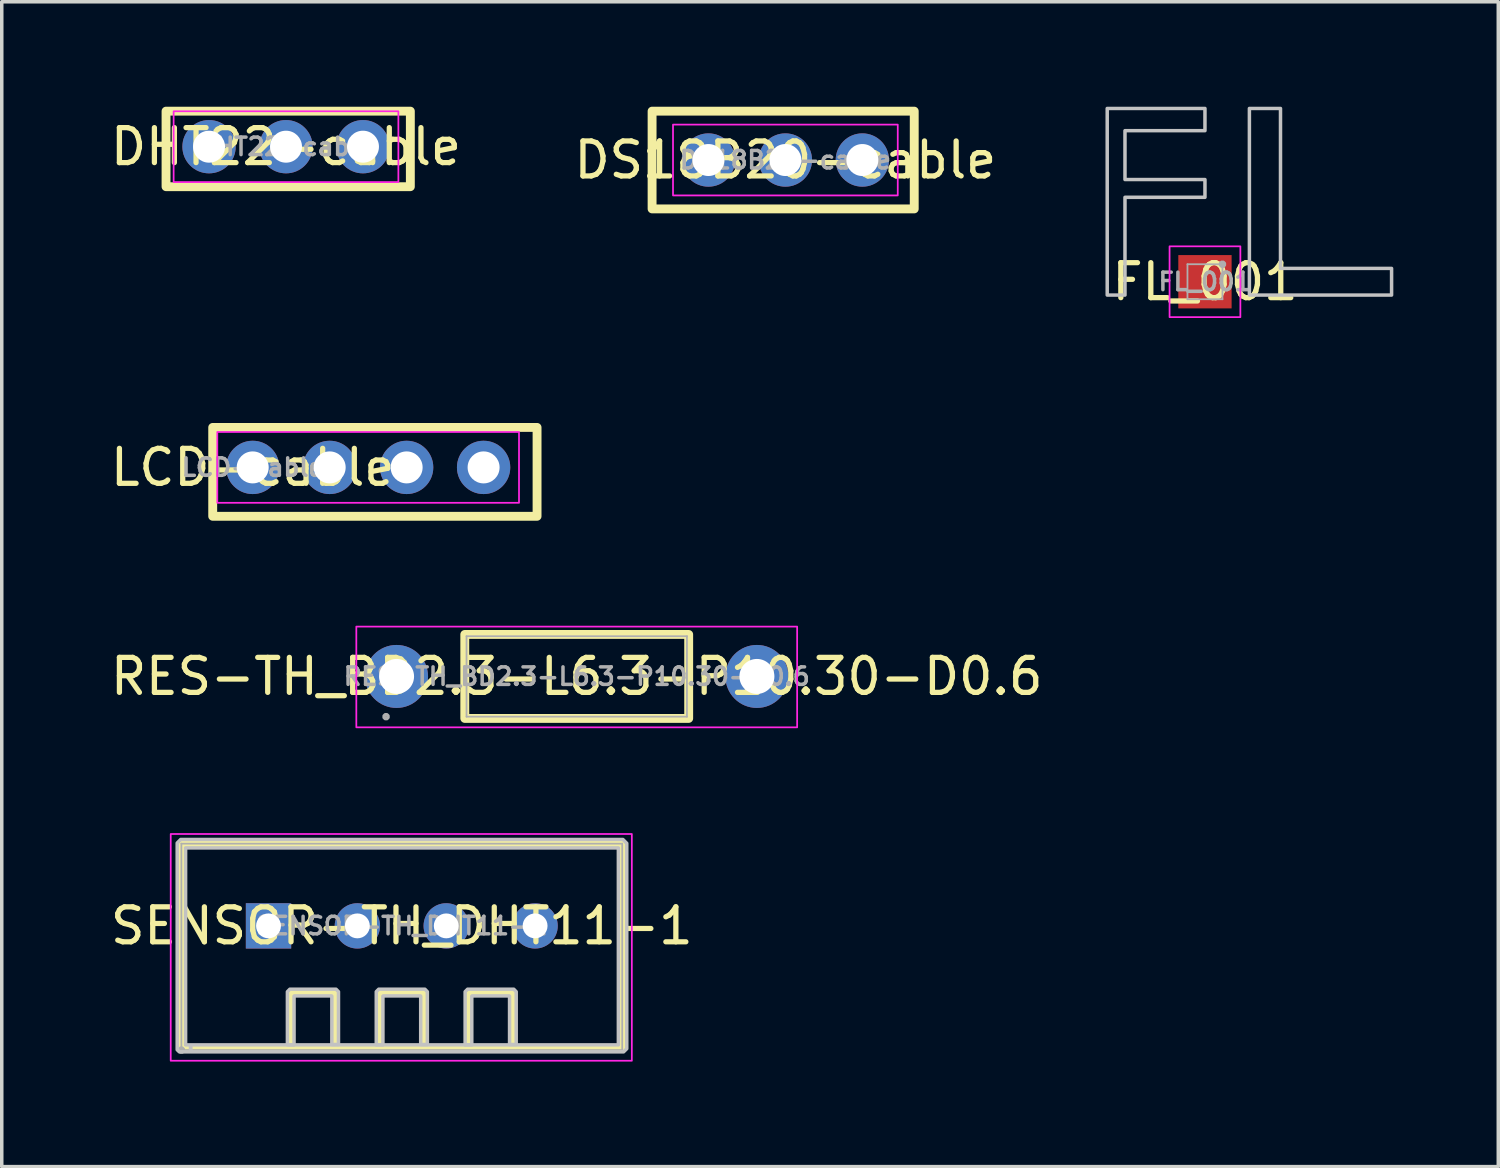
<source format=kicad_pcb>
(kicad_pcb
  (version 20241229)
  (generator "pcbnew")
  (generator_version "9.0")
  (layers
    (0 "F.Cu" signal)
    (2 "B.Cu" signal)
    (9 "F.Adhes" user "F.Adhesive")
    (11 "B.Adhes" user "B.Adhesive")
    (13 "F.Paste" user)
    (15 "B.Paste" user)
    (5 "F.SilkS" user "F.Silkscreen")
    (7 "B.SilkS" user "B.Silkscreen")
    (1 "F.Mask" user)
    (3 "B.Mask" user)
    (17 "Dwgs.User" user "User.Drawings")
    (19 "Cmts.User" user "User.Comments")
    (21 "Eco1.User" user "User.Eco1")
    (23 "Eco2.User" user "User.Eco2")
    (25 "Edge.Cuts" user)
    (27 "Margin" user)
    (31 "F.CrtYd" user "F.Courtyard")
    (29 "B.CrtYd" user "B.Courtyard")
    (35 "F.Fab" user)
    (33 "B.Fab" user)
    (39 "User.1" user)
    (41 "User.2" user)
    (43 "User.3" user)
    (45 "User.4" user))
  (footprint "LCD-cable"
    (layer "F.Cu")
    (at 4.173 10.31)
    (property "Reference" "LCD-cable" (at 0 0 0) (layer "F.SilkS") (effects (font (size 1 1) (thickness 0.15))))
    (fp_rect (start -1.143 -1.143) (end 8.128 1.397) (stroke (width 0.254) (type default)) (fill no) (layer "F.SilkS"))
    (fp_rect (start -1.012 -1.012) (end 7.612 1.012) (stroke (width 0.05) (type default)) (fill no) (layer "F.CrtYd"))
    (fp_text user "${REFERENCE}" (at 0 0 0) (layer "F.Fab") (effects (font (size 0.5 0.5) (thickness 0.1))))
    (pad "1" thru_hole circle (at 0 0) (size 1.524 1.524) (drill 0.914) (layers "*.Cu" "*.Mask"))
    (pad "2" thru_hole circle (at 2.2 0) (size 1.524 1.524) (drill 0.914) (layers "*.Cu" "*.Mask"))
    (pad "3" thru_hole circle (at 4.4 0) (size 1.524 1.524) (drill 0.914) (layers "*.Cu" "*.Mask"))
    (pad "4" thru_hole circle (at 6.6 0) (size 1.524 1.524) (drill 0.914) (layers "*.Cu" "*.Mask")))
  (footprint "FL_001"
    (layer "F.Cu")
    (at 31.392 5.003)
    (property "Reference" "FL_001" (at 0 0 0) (layer "F.SilkS") (effects (font (size 1 1) (thickness 0.15))))
    (fp_poly (pts (xy 1.27 -4.953) (xy 1.27 0.381) (xy 5.334 0.381) (xy 5.334 -0.381) (xy 2.159 -0.381) (xy 2.159 -4.953)) (stroke (width 0.1) (type default)) (fill no) (layer "Dwgs.User"))
    (fp_poly (pts (xy -2.794 -4.953) (xy 0 -4.953) (xy 0 -4.318) (xy -2.286 -4.318) (xy -2.286 -2.921) (xy 0 -2.921) (xy 0 -2.413) (xy -2.286 -2.413) (xy -2.286 0.381) (xy -2.794 0.381)) (stroke (width 0.1) (type default)) (fill no) (layer "Dwgs.User"))
    (fp_rect (start -1.012 -1.012) (end 1.012 1.012) (stroke (width 0.05) (type default)) (fill no) (layer "F.CrtYd"))
    (fp_line (start -0.5 -0.5) (end 0.5 -0.5) (stroke (width 0.051) (type default)) (layer "F.Fab"))
    (fp_line (start -0.5 0.5) (end -0.5 -0.5) (stroke (width 0.051) (type default)) (layer "F.Fab"))
    (fp_line (start 0.5 -0.5) (end 0.5 0.5) (stroke (width 0.051) (type default)) (layer "F.Fab"))
    (fp_line (start 0.5 0.5) (end -0.5 0.5) (stroke (width 0.051) (type default)) (layer "F.Fab"))
    (fp_poly (pts (xy 0.555 -0.523) (xy 0.523 -0.555) (xy 0.477 -0.555) (xy 0.445 -0.523) (xy 0.445 -0.477) (xy 0.477 -0.445) (xy 0.523 -0.445) (xy 0.555 -0.477)) (stroke (width 0.1) (type default)) (fill no) (layer "F.Fab"))
    (fp_poly (pts (xy -0.5 -0.5) (xy 0.5 -0.5) (xy 0.5 0.5) (xy -0.5 0.5)) (stroke (width 0.1) (type default)) (fill no) (layer "User.1"))
    (fp_text user "${REFERENCE}" (at 0 0 0) (layer "F.Fab") (effects (font (size 0.5 0.5) (thickness 0.1))))
    (pad "1" smd rect (at 0 0) (size 1.524 1.524) (layers "F.Cu" "F.Mask" "F.Paste")))
  (footprint "DHT22-cable"
    (layer "F.Cu")
    (at 5.125 1.143)
    (property "Reference" "DHT22-cable" (at 0 0 0) (layer "F.SilkS") (effects (font (size 1 1) (thickness 0.15))))
    (fp_rect (start -3.429 -1.016) (end 3.554 1.143) (stroke (width 0.254) (type default)) (fill no) (layer "F.SilkS"))
    (fp_rect (start -3.212 -1.012) (end 3.212 1.012) (stroke (width 0.05) (type default)) (fill no) (layer "F.CrtYd"))
    (fp_text user "${REFERENCE}" (at 0 0 0) (layer "F.Fab") (effects (font (size 0.5 0.5) (thickness 0.1))))
    (pad "1" thru_hole circle (at -2.2 0) (size 1.524 1.524) (drill 0.914) (layers "*.Cu" "*.Mask"))
    (pad "2" thru_hole circle (at 0 0) (size 1.524 1.524) (drill 0.914) (layers "*.Cu" "*.Mask"))
    (pad "3" thru_hole circle (at 2.2 0) (size 1.524 1.524) (drill 0.914) (layers "*.Cu" "*.Mask")))
  (footprint "DS18B20-cable"
    (layer "F.Cu")
    (at 19.399 1.524)
    (property "Reference" "DS18B20-cable" (at 0 0 0) (layer "F.SilkS") (effects (font (size 1 1) (thickness 0.15))))
    (fp_rect (start -3.81 -1.397) (end 3.683 1.397) (stroke (width 0.254) (type default)) (fill no) (layer "F.SilkS"))
    (fp_rect (start -3.212 -1.012) (end 3.212 1.012) (stroke (width 0.05) (type default)) (fill no) (layer "F.CrtYd"))
    (fp_text user "${REFERENCE}" (at 0 0 0) (layer "F.Fab") (effects (font (size 0.5 0.5) (thickness 0.1))))
    (pad "1" thru_hole circle (at -2.2 0) (size 1.524 1.524) (drill 0.914) (layers "*.Cu" "*.Mask"))
    (pad "2" thru_hole circle (at 0 0) (size 1.524 1.524) (drill 0.914) (layers "*.Cu" "*.Mask"))
    (pad "3" thru_hole circle (at 2.2 0) (size 1.524 1.524) (drill 0.914) (layers "*.Cu" "*.Mask")))
  (footprint "SENSOR-TH_DHT11-1"
    (layer "F.Cu")
    (at 8.435 23.415)
    (property "Reference" "SENSOR-TH_DHT11-1" (at 0 0 0) (layer "F.SilkS") (effects (font (size 1 1) (thickness 0.15))))
    (fp_line (start -6.309 3.5) (end 3.81 3.5) (stroke (width 0.203) (type default)) (layer "F.SilkS"))
    (fp_line (start -6.3 -2.349) (end -6.3 3.5) (stroke (width 0.254) (type default)) (layer "F.SilkS"))
    (fp_line (start -3.175 1.905) (end -3.175 3.5) (stroke (width 0.203) (type default)) (layer "F.SilkS"))
    (fp_line (start -1.905 1.905) (end -3.175 1.905) (stroke (width 0.203) (type default)) (layer "F.SilkS"))
    (fp_line (start -1.905 3.5) (end -1.905 1.905) (stroke (width 0.203) (type default)) (layer "F.SilkS"))
    (fp_line (start -0.635 1.905) (end -0.635 3.5) (stroke (width 0.203) (type default)) (layer "F.SilkS"))
    (fp_line (start 0.635 1.905) (end -0.635 1.905) (stroke (width 0.203) (type default)) (layer "F.SilkS"))
    (fp_line (start 0.635 3.5) (end 0.635 1.905) (stroke (width 0.203) (type default)) (layer "F.SilkS"))
    (fp_line (start 1.905 1.905) (end 1.905 3.5) (stroke (width 0.203) (type default)) (layer "F.SilkS"))
    (fp_line (start 3.175 1.905) (end 1.905 1.905) (stroke (width 0.203) (type default)) (layer "F.SilkS"))
    (fp_line (start 3.175 3.5) (end 3.175 1.905) (stroke (width 0.203) (type default)) (layer "F.SilkS"))
    (fp_line (start 3.81 3.5) (end 6.309 3.5) (stroke (width 0.203) (type default)) (layer "F.SilkS"))
    (fp_line (start 6.3 -2.349) (end -6.3 -2.349) (stroke (width 0.254) (type default)) (layer "F.SilkS"))
    (fp_line (start 6.309 -2.341) (end 6.3 -2.349) (stroke (width 0.254) (type default)) (layer "F.SilkS"))
    (fp_line (start 6.309 3.5) (end 6.309 -2.341) (stroke (width 0.254) (type default)) (layer "F.SilkS"))
    (fp_poly (pts (xy -3.08 3.401) (xy -3.27 3.401) (xy -3.27 1.881) (xy -3.2 1.81) (xy -1.88 1.81) (xy -1.81 1.881) (xy -1.81 3.39) (xy -2 3.39) (xy -2 2.01) (xy -2.01 2.001) (xy -3.07 2.001) (xy -3.08 2.01)) (stroke (width 0.1) (type default)) (fill no) (layer "Dwgs.User"))
    (fp_poly (pts (xy -0.54 3.401) (xy -0.73 3.401) (xy -0.73 1.881) (xy -0.66 1.81) (xy 0.66 1.81) (xy 0.73 1.881) (xy 0.73 3.39) (xy 0.54 3.39) (xy 0.54 2.01) (xy 0.53 2.001) (xy -0.53 2.001) (xy -0.54 2.01)) (stroke (width 0.1) (type default)) (fill no) (layer "Dwgs.User"))
    (fp_poly (pts (xy 2 3.401) (xy 1.81 3.401) (xy 1.81 1.881) (xy 1.88 1.81) (xy 3.2 1.81) (xy 3.27 1.881) (xy 3.27 3.39) (xy 3.08 3.39) (xy 3.08 2.01) (xy 3.07 2.001) (xy 2.01 2.001) (xy 2 2.01)) (stroke (width 0.1) (type default)) (fill no) (layer "Dwgs.User"))
    (fp_poly (pts (xy -6.18 3.401) (xy -6.18 -2.229) (xy 6.19 -2.229) (xy 6.19 3.401) (xy -6.03 3.401) (xy -6.03 3.6) (xy 6.34 3.6) (xy 6.43 3.51) (xy 6.43 -2.36) (xy 6.32 -2.47) (xy -6.32 -2.47) (xy -6.42 -2.369) (xy -6.42 3.541) (xy -6.36 3.6) (xy -6.04 3.6) (xy -6.04 3.401)) (stroke (width 0.1) (type default)) (fill no) (layer "Dwgs.User"))
    (fp_rect (start -6.605 -2.626) (end 6.575 3.855) (stroke (width 0.05) (type default)) (fill no) (layer "F.CrtYd"))
    (fp_line (start -6.3 -2.35) (end 6.3 -2.35) (stroke (width 0.051) (type default)) (layer "F.Fab"))
    (fp_line (start -6.3 3.55) (end -6.3 -2.35) (stroke (width 0.051) (type default)) (layer "F.Fab"))
    (fp_line (start 6.3 -2.35) (end 6.3 3.55) (stroke (width 0.051) (type default)) (layer "F.Fab"))
    (fp_line (start 6.3 3.55) (end -6.3 3.55) (stroke (width 0.051) (type default)) (layer "F.Fab"))
    (fp_poly (pts (xy -6.245 3.527) (xy -6.277 3.495) (xy -6.323 3.495) (xy -6.355 3.527) (xy -6.355 3.573) (xy -6.323 3.605) (xy -6.277 3.605) (xy -6.245 3.573)) (stroke (width 0.1) (type default)) (fill no) (layer "F.Fab"))
    (fp_poly (pts (xy -3.56 0.15) (xy -4.06 0.15) (xy -4.06 -0.15) (xy -3.56 -0.15)) (stroke (width 0.1) (type default)) (fill no) (layer "User.1"))
    (fp_poly (pts (xy -1.02 0.15) (xy -1.52 0.15) (xy -1.52 -0.15) (xy -1.02 -0.15)) (stroke (width 0.1) (type default)) (fill no) (layer "User.1"))
    (fp_poly (pts (xy 1.52 0.15) (xy 1.02 0.15) (xy 1.02 -0.15) (xy 1.52 -0.15)) (stroke (width 0.1) (type default)) (fill no) (layer "User.1"))
    (fp_poly (pts (xy 4.06 0.15) (xy 3.56 0.15) (xy 3.56 -0.15) (xy 4.06 -0.15)) (stroke (width 0.1) (type default)) (fill no) (layer "User.1"))
    (fp_text user "${REFERENCE}" (at 0 0 0) (layer "F.Fab") (effects (font (size 0.5 0.5) (thickness 0.1))))
    (pad "1" thru_hole rect (at -3.81 0 180) (size 1.296 1.296) (drill 0.711) (layers "*.Cu" "*.Mask"))
    (pad "2" thru_hole circle (at -1.27 0 180) (size 1.296 1.296) (drill 0.711) (layers "*.Cu" "*.Mask"))
    (pad "3" thru_hole circle (at 1.27 0 180) (size 1.296 1.296) (drill 0.711) (layers "*.Cu" "*.Mask"))
    (pad "4" thru_hole circle (at 3.81 0 180) (size 1.296 1.296) (drill 0.711) (layers "*.Cu" "*.Mask")))
  (footprint "RES-TH_BD2.3-L6.3-P10.30-D0.6"
    (layer "F.Cu")
    (at 13.435 16.285)
    (property "Reference" "RES-TH_BD2.3-L6.3-P10.30-D0.6" (at 0 0 0) (layer "F.SilkS") (effects (font (size 1 1) (thickness 0.15))))
    (fp_rect (start -3.2 -1.2) (end 3.2 1.2) (stroke (width 0.254) (type default)) (fill no) (layer "F.SilkS"))
    (fp_rect (start -6.3 -1.425) (end 6.3 1.455) (stroke (width 0.05) (type default)) (fill no) (layer "F.CrtYd"))
    (fp_line (start -3.15 -1.15) (end 3.15 -1.15) (stroke (width 0.051) (type default)) (layer "F.Fab"))
    (fp_line (start -3.15 1.15) (end -3.15 -1.15) (stroke (width 0.051) (type default)) (layer "F.Fab"))
    (fp_line (start 3.15 -1.15) (end 3.15 1.15) (stroke (width 0.051) (type default)) (layer "F.Fab"))
    (fp_line (start 3.15 1.15) (end -3.15 1.15) (stroke (width 0.051) (type default)) (layer "F.Fab"))
    (fp_poly (pts (xy -5.395 1.127) (xy -5.427 1.095) (xy -5.473 1.095) (xy -5.505 1.127) (xy -5.505 1.173) (xy -5.473 1.205) (xy -5.427 1.205) (xy -5.395 1.173)) (stroke (width 0.1) (type default)) (fill no) (layer "F.Fab"))
    (fp_poly (pts (xy -5.45 -0.3) (xy -5.45 0.3) (xy -3.14 0.3) (xy -3.14 -0.3)) (stroke (width 0.1) (type default)) (fill no) (layer "User.1"))
    (fp_poly (pts (xy 5.45 -0.3) (xy 5.45 0.3) (xy 3.14 0.3) (xy 3.14 -0.3)) (stroke (width 0.1) (type default)) (fill no) (layer "User.1"))
    (fp_poly (pts (xy -4.853 -0.039) (xy -4.873 -0.115) (xy -4.912 -0.183) (xy -4.967 -0.238) (xy -5.035 -0.277) (xy -5.111 -0.297) (xy -5.189 -0.297) (xy -5.265 -0.277) (xy -5.333 -0.238) (xy -5.388 -0.183) (xy -5.427 -0.115) (xy -5.447 -0.039) (xy -5.447 0.039) (xy -5.427 0.115) (xy -5.388 0.183) (xy -5.333 0.238) (xy -5.265 0.277) (xy -5.189 0.297) (xy -5.111 0.297) (xy -5.035 0.277) (xy -4.967 0.238) (xy -4.912 0.183) (xy -4.873 0.115) (xy -4.853 0.039)) (stroke (width 0.1) (type default)) (fill no) (layer "User.1"))
    (fp_poly (pts (xy 5.447 -0.039) (xy 5.427 -0.115) (xy 5.388 -0.183) (xy 5.333 -0.238) (xy 5.265 -0.277) (xy 5.189 -0.297) (xy 5.111 -0.297) (xy 5.035 -0.277) (xy 4.967 -0.238) (xy 4.912 -0.183) (xy 4.873 -0.115) (xy 4.853 -0.039) (xy 4.853 0.039) (xy 4.873 0.115) (xy 4.912 0.183) (xy 4.967 0.238) (xy 5.035 0.277) (xy 5.111 0.297) (xy 5.189 0.297) (xy 5.265 0.277) (xy 5.333 0.238) (xy 5.388 0.183) (xy 5.427 0.115) (xy 5.447 0.039)) (stroke (width 0.1) (type default)) (fill no) (layer "User.1"))
    (fp_text user "${REFERENCE}" (at 0 0 0) (layer "F.Fab") (effects (font (size 0.5 0.5) (thickness 0.1))))
    (pad "1" thru_hole circle (at -5.15 0) (size 1.8 1.8) (drill 1) (layers "*.Cu" "*.Mask"))
    (pad "2" thru_hole circle (at 5.15 0) (size 1.8 1.8) (drill 1) (layers "*.Cu" "*.Mask")))
  (gr_rect
    (start -3 -3)
    (end 39.776 30.296)
    (stroke (width 0.1) (type default))
    (fill no)
    (layer "Edge.Cuts")))
</source>
